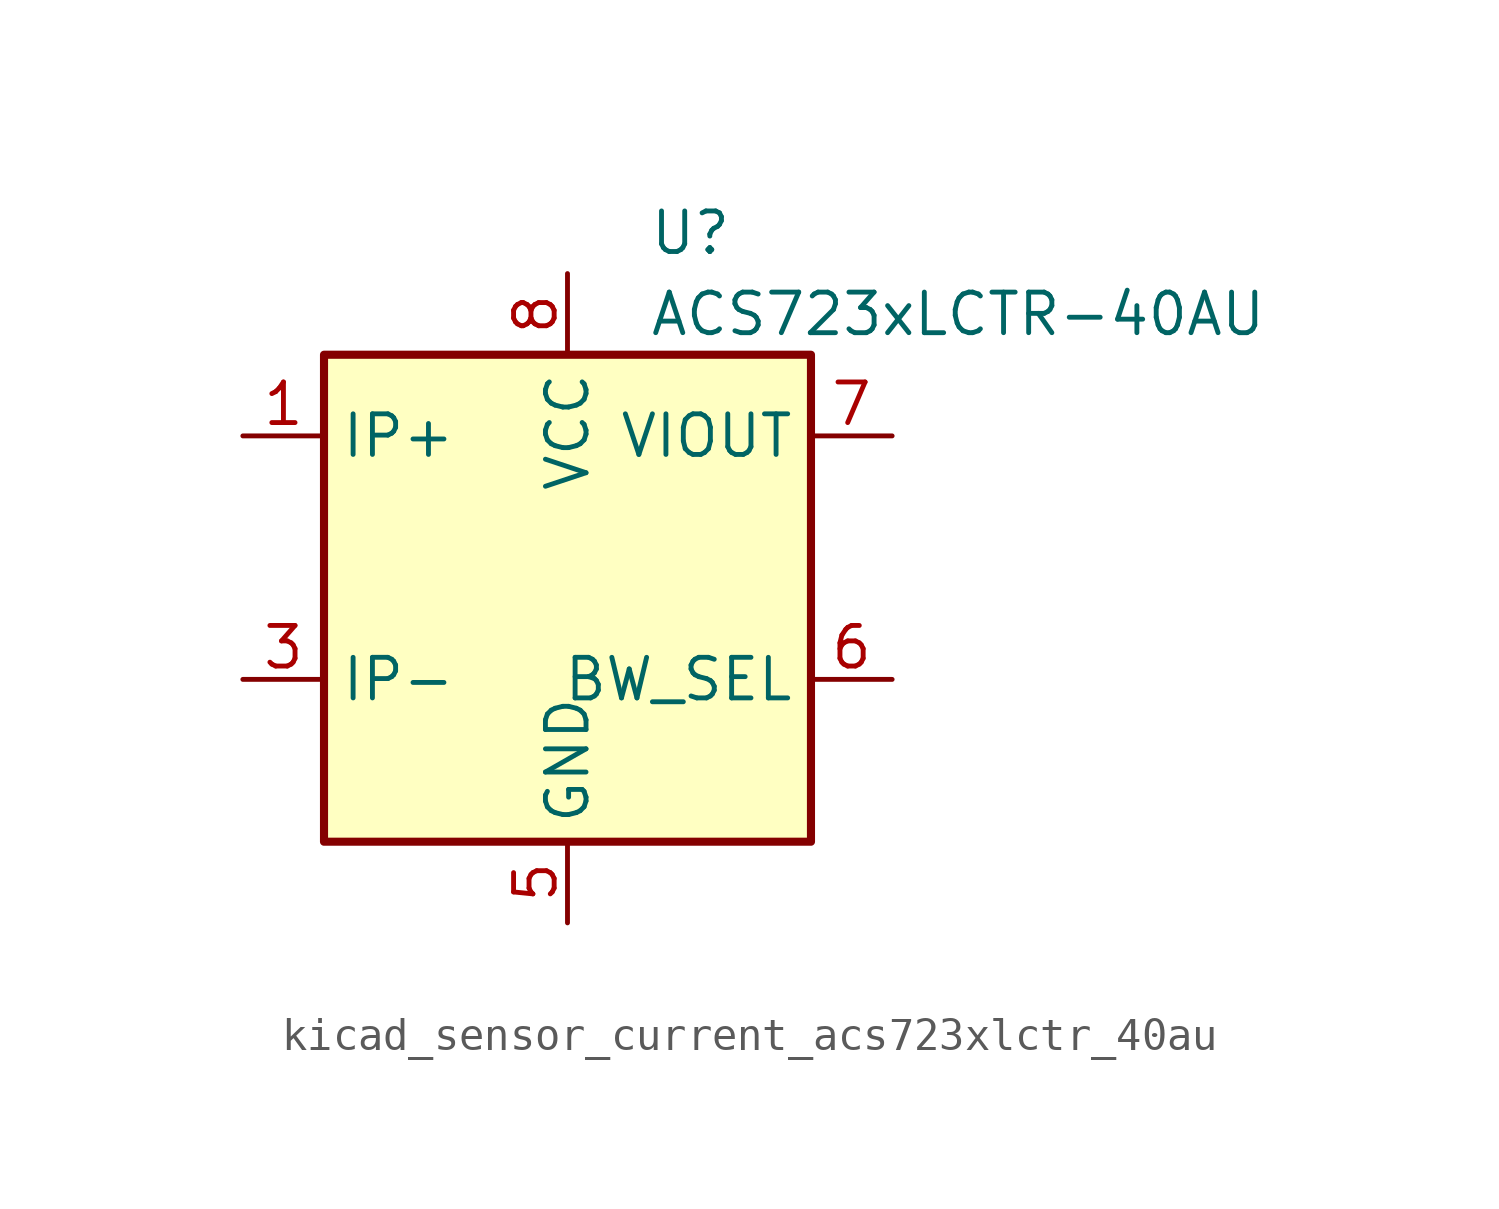
<source format=kicad_sym>
(kicad_symbol_lib
  (version 20220914)
  (generator kicad_symbol_editor)
  (symbol "kicad_sensor_current_acs723xlctr_40au"
    (property "Reference" "U"
      (at 2.54 11.43 0)
      (effects (font (size 1.27 1.27)) (justify left)))
    (property "Value" "ACS723xLCTR-40AU"
      (at 2.54 8.89 0)
      (effects (font (size 1.27 1.27)) (justify left)))
    (symbol "kicad_sensor_current_acs723xlctr_40au_0_1"
      (rectangle (start -7.62 7.62) (end 7.62 -7.62) (stroke (width 0.254) (type default)) (fill (type background))))
    (symbol "kicad_sensor_current_acs723xlctr_40au_1_1"
      (pin passive line (at -10.16 5.08 0) (length 2.54) (name "IP+" (effects (font (size 1.27 1.27)))) (number "1" (effects (font (size 1.27 1.27)))))
      (pin passive line (at -10.16 5.08 0) (length 2.54) hide (name "IP+" (effects (font (size 1.27 1.27)))) (number "2" (effects (font (size 1.27 1.27)))))
      (pin passive line (at -10.16 -2.54 0) (length 2.54) (name "IP-" (effects (font (size 1.27 1.27)))) (number "3" (effects (font (size 1.27 1.27)))))
      (pin passive line (at -10.16 -2.54 0) (length 2.54) hide (name "IP-" (effects (font (size 1.27 1.27)))) (number "4" (effects (font (size 1.27 1.27)))))
      (pin power_in line (at 0 -10.16 90) (length 2.54) (name "GND" (effects (font (size 1.27 1.27)))) (number "5" (effects (font (size 1.27 1.27)))))
      (pin input line (at 10.16 -2.54 180) (length 2.54) (name "BW_SEL" (effects (font (size 1.27 1.27)))) (number "6" (effects (font (size 1.27 1.27)))))
      (pin output line (at 10.16 5.08 180) (length 2.54) (name "VIOUT" (effects (font (size 1.27 1.27)))) (number "7" (effects (font (size 1.27 1.27)))))
      (pin power_in line (at 0 10.16 270) (length 2.54) (name "VCC" (effects (font (size 1.27 1.27)))) (number "8" (effects (font (size 1.27 1.27))))))))
</source>
